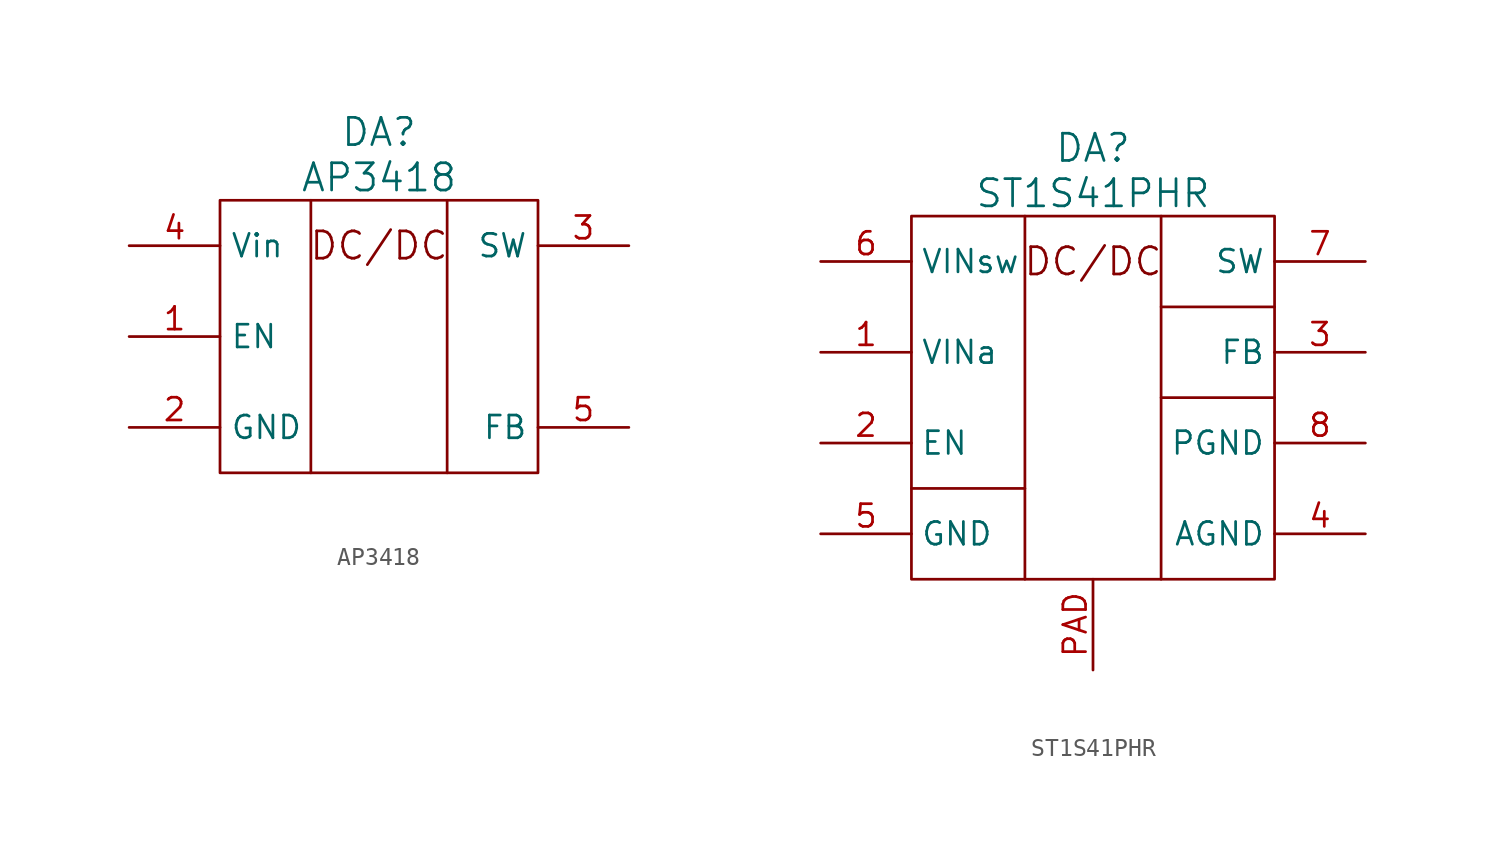
<source format=kicad_sym>
(kicad_symbol_lib
  (version 20220914)
  (generator kicad_symbol_editor)
  (symbol "AP3418"
    (pin_names
      (offset 0.559))
    (property "Reference" "DA"
      (at 0 11.43 0)
      (effects (font (size 1.524 1.524))))
    (property "Value" "AP3418"
      (at 0 8.89 0)
      (effects (font (size 1.524 1.524))))
    (property "Datasheet" ""
      (at 0 -8.89 0)
      (effects (font (size 1.524 1.524))))
    (symbol "AP3418_0_0"
      (text "DC/DC" (at 0 5.08 0) (effects (font (size 1.524 1.524)))))
    (symbol "AP3418_0_1"
      (rectangle (start -8.89 7.62) (end 8.89 -7.62) (stroke (width 0) (type solid)) (fill (type none)))
      (polyline (pts (xy -3.81 7.62) (xy -3.81 -1.27) (xy -3.81 -7.62)) (stroke (width 0) (type solid)) (fill (type none)))
      (polyline (pts (xy 3.81 -7.62) (xy 3.81 7.62) (xy 3.81 7.62) (xy 3.81 7.62)) (stroke (width 0) (type solid)) (fill (type none))))
    (symbol "AP3418_1_1"
      (pin passive line (at -13.97 0 0) (length 5.08) (name "EN" (effects (font (size 1.27 1.27)))) (number "1" (effects (font (size 1.27 1.27)))))
      (pin power_in line (at -13.97 -5.08 0) (length 5.08) (name "GND" (effects (font (size 1.27 1.27)))) (number "2" (effects (font (size 1.27 1.27)))))
      (pin power_out line (at 13.97 5.08 180) (length 5.08) (name "SW" (effects (font (size 1.27 1.27)))) (number "3" (effects (font (size 1.27 1.27)))))
      (pin power_in line (at -13.97 5.08 0) (length 5.08) (name "Vin" (effects (font (size 1.27 1.27)))) (number "4" (effects (font (size 1.27 1.27)))))
      (pin passive line (at 13.97 -5.08 180) (length 5.08) (name "FB" (effects (font (size 1.27 1.27)))) (number "5" (effects (font (size 1.27 1.27)))))))
  (symbol "ST1S41PHR"
    (property "Reference" "DA"
      (at 0 13.97 0)
      (effects (font (size 1.524 1.524))))
    (property "Value" "ST1S41PHR"
      (at 0 11.43 0)
      (effects (font (size 1.524 1.524))))
    (property "Datasheet" ""
      (at 6.35 -11.43 0)
      (effects (font (size 1.524 1.524))))
    (symbol "ST1S41PHR_0_0"
      (text "DC/DC" (at 0 7.62 0) (effects (font (size 1.524 1.524)))))
    (symbol "ST1S41PHR_0_1"
      (rectangle (start -10.16 10.16) (end 10.16 -10.16) (stroke (width 0) (type solid)) (fill (type none)))
      (polyline (pts (xy -10.16 -5.08) (xy -3.81 -5.08)) (stroke (width 0) (type solid)) (fill (type none)))
      (polyline (pts (xy 3.81 0) (xy 10.16 0)) (stroke (width 0) (type solid)) (fill (type none)))
      (polyline (pts (xy -3.81 10.16) (xy -3.81 -3.81) (xy -3.81 -10.16)) (stroke (width 0) (type solid)) (fill (type none)))
      (polyline (pts (xy 10.16 5.08) (xy 3.81 5.08) (xy 3.81 5.08)) (stroke (width 0) (type solid)) (fill (type none)))
      (polyline (pts (xy 3.81 -10.16) (xy 3.81 10.16) (xy 3.81 10.16) (xy 3.81 10.16)) (stroke (width 0) (type solid)) (fill (type none))))
    (symbol "ST1S41PHR_1_1"
      (pin power_in line (at -15.24 2.54 0) (length 5.08) (name "VINa" (effects (font (size 1.27 1.27)))) (number "1" (effects (font (size 1.27 1.27)))))
      (pin input line (at -15.24 -2.54 0) (length 5.08) (name "EN" (effects (font (size 1.27 1.27)))) (number "2" (effects (font (size 1.27 1.27)))))
      (pin passive line (at 15.24 2.54 180) (length 5.08) (name "FB" (effects (font (size 1.27 1.27)))) (number "3" (effects (font (size 1.27 1.27)))))
      (pin power_in line (at 15.24 -7.62 180) (length 5.08) (name "AGND" (effects (font (size 1.27 1.27)))) (number "4" (effects (font (size 1.27 1.27)))))
      (pin passive line (at -15.24 -7.62 0) (length 5.08) (name "GND" (effects (font (size 1.27 1.27)))) (number "5" (effects (font (size 1.27 1.27)))))
      (pin power_in line (at -15.24 7.62 0) (length 5.08) (name "VINsw" (effects (font (size 1.27 1.27)))) (number "6" (effects (font (size 1.27 1.27)))))
      (pin power_out line (at 15.24 7.62 180) (length 5.08) (name "SW" (effects (font (size 1.27 1.27)))) (number "7" (effects (font (size 1.27 1.27)))))
      (pin power_in line (at 15.24 -2.54 180) (length 5.08) (name "PGND" (effects (font (size 1.27 1.27)))) (number "8" (effects (font (size 1.27 1.27)))))
      (pin power_in line (at 0 -15.24 90) (length 5.08) (name "~" (effects (font (size 1.27 1.27)))) (number "PAD" (effects (font (size 1.27 1.27))))))))
</source>
